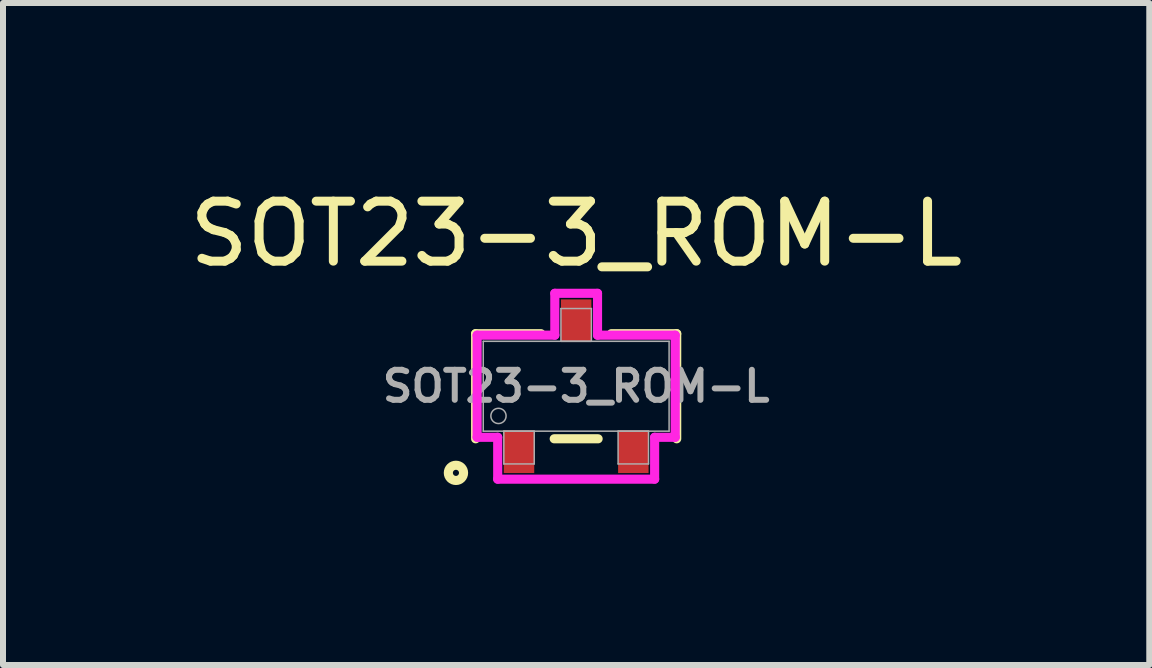
<source format=kicad_pcb>
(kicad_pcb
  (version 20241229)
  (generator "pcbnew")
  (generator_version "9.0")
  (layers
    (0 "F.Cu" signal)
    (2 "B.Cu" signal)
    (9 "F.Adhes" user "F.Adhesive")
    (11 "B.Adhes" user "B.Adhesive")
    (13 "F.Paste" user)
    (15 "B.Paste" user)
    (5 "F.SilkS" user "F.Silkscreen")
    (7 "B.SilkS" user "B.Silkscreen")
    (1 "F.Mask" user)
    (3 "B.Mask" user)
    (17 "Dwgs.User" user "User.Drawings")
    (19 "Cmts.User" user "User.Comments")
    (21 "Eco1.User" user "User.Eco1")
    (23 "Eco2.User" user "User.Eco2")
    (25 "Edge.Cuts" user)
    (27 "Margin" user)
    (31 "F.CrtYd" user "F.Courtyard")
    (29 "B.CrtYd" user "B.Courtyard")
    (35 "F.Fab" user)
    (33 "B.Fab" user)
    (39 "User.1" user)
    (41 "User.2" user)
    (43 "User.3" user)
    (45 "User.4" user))
  (footprint "SOT23-3_ROM-L"
    (layer "F.Cu")
    (at 6.554 3.388)
    (property "Reference" "SOT23-3_ROM-L" (at 0 -2.54 0) (unlocked yes) (layer "F.SilkS") (effects (font (size 1 1) (thickness 0.15))))
    (attr smd)
    (fp_line (start -1.676 -0.876) (end -1.676 0.876) (stroke (width 0.152) (type solid)) (layer "F.SilkS"))
    (fp_line (start -0.587 -0.876) (end -1.676 -0.876) (stroke (width 0.152) (type solid)) (layer "F.SilkS"))
    (fp_line (start -0.366 0.876) (end 0.366 0.876) (stroke (width 0.152) (type solid)) (layer "F.SilkS"))
    (fp_line (start 1.676 -0.876) (end 0.587 -0.876) (stroke (width 0.152) (type solid)) (layer "F.SilkS"))
    (fp_line (start 1.676 0.876) (end 1.676 -0.876) (stroke (width 0.152) (type solid)) (layer "F.SilkS"))
    (fp_circle (center -2.004 1.444) (end -1.877 1.444) (stroke (width 0.152) (type solid)) (fill no) (layer "F.SilkS"))
    (fp_line (start -1.651 -0.851) (end -0.356 -0.851) (stroke (width 0.152) (type solid)) (layer "F.CrtYd"))
    (fp_line (start -1.651 0.851) (end -1.651 -0.851) (stroke (width 0.152) (type solid)) (layer "F.CrtYd"))
    (fp_line (start -1.651 0.851) (end -1.308 0.851) (stroke (width 0.152) (type solid)) (layer "F.CrtYd"))
    (fp_line (start -1.308 0.851) (end -1.308 1.549) (stroke (width 0.152) (type solid)) (layer "F.CrtYd"))
    (fp_line (start -1.308 1.549) (end 1.308 1.549) (stroke (width 0.152) (type solid)) (layer "F.CrtYd"))
    (fp_line (start -0.356 -1.549) (end 0.356 -1.549) (stroke (width 0.152) (type solid)) (layer "F.CrtYd"))
    (fp_line (start -0.356 -0.851) (end -0.356 -1.549) (stroke (width 0.152) (type solid)) (layer "F.CrtYd"))
    (fp_line (start 0.356 -0.851) (end 0.356 -1.549) (stroke (width 0.152) (type solid)) (layer "F.CrtYd"))
    (fp_line (start 1.308 0.851) (end 1.308 1.549) (stroke (width 0.152) (type solid)) (layer "F.CrtYd"))
    (fp_line (start 1.651 -0.851) (end 0.356 -0.851) (stroke (width 0.152) (type solid)) (layer "F.CrtYd"))
    (fp_line (start 1.651 -0.851) (end 1.651 0.851) (stroke (width 0.152) (type solid)) (layer "F.CrtYd"))
    (fp_line (start 1.651 0.851) (end 1.308 0.851) (stroke (width 0.152) (type solid)) (layer "F.CrtYd"))
    (fp_line (start -1.549 -0.749) (end -1.549 0.749) (stroke (width 0.025) (type solid)) (layer "F.Fab"))
    (fp_line (start -1.549 0.749) (end 1.549 0.749) (stroke (width 0.025) (type solid)) (layer "F.Fab"))
    (fp_line (start -1.206 0.749) (end -1.206 1.295) (stroke (width 0.025) (type solid)) (layer "F.Fab"))
    (fp_line (start -1.206 1.295) (end -0.699 1.295) (stroke (width 0.025) (type solid)) (layer "F.Fab"))
    (fp_line (start -0.699 0.749) (end -1.206 0.749) (stroke (width 0.025) (type solid)) (layer "F.Fab"))
    (fp_line (start -0.699 1.295) (end -0.699 0.749) (stroke (width 0.025) (type solid)) (layer "F.Fab"))
    (fp_line (start -0.254 -1.295) (end -0.254 -0.749) (stroke (width 0.025) (type solid)) (layer "F.Fab"))
    (fp_line (start -0.254 -0.749) (end 0.254 -0.749) (stroke (width 0.025) (type solid)) (layer "F.Fab"))
    (fp_line (start 0.254 -1.295) (end -0.254 -1.295) (stroke (width 0.025) (type solid)) (layer "F.Fab"))
    (fp_line (start 0.254 -0.749) (end 0.254 -1.295) (stroke (width 0.025) (type solid)) (layer "F.Fab"))
    (fp_line (start 0.699 0.749) (end 0.699 1.295) (stroke (width 0.025) (type solid)) (layer "F.Fab"))
    (fp_line (start 0.699 1.295) (end 1.206 1.295) (stroke (width 0.025) (type solid)) (layer "F.Fab"))
    (fp_line (start 1.206 0.749) (end 0.699 0.749) (stroke (width 0.025) (type solid)) (layer "F.Fab"))
    (fp_line (start 1.206 1.295) (end 1.206 0.749) (stroke (width 0.025) (type solid)) (layer "F.Fab"))
    (fp_line (start 1.549 -0.749) (end -1.549 -0.749) (stroke (width 0.025) (type solid)) (layer "F.Fab"))
    (fp_line (start 1.549 0.749) (end 1.549 -0.749) (stroke (width 0.025) (type solid)) (layer "F.Fab"))
    (fp_circle (center -1.295 0.495) (end -1.168 0.495) (stroke (width 0.025) (type solid)) (fill no) (layer "F.Fab"))
    (fp_text user "${REFERENCE}" (at 0 0 0) (unlocked yes) (layer "F.Fab") (effects (font (size 0.5 0.5) (thickness 0.1) (bold yes))))
    (pad "1" smd rect (at -0.953 1.092) (size 0.508 0.711) (layers "F.Cu" "F.Mask" "F.Paste"))
    (pad "2" smd rect (at 0.953 1.092) (size 0.508 0.711) (layers "F.Cu" "F.Mask" "F.Paste"))
    (pad "3" smd rect (at 0 -1.092) (size 0.508 0.711) (layers "F.Cu" "F.Mask" "F.Paste")))
  (gr_rect
    (start -3 -3)
    (end 16.107 8.035)
    (stroke (width 0.1) (type default))
    (fill no)
    (layer "Edge.Cuts")))
</source>
